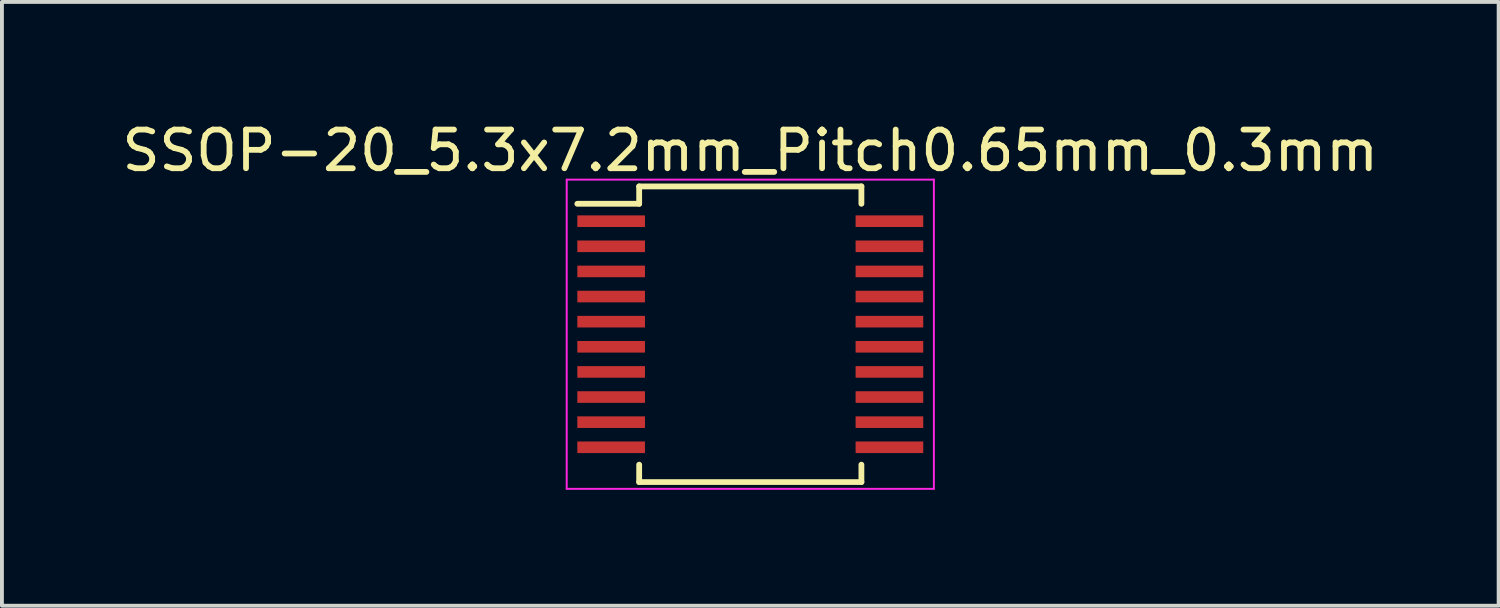
<source format=kicad_pcb>
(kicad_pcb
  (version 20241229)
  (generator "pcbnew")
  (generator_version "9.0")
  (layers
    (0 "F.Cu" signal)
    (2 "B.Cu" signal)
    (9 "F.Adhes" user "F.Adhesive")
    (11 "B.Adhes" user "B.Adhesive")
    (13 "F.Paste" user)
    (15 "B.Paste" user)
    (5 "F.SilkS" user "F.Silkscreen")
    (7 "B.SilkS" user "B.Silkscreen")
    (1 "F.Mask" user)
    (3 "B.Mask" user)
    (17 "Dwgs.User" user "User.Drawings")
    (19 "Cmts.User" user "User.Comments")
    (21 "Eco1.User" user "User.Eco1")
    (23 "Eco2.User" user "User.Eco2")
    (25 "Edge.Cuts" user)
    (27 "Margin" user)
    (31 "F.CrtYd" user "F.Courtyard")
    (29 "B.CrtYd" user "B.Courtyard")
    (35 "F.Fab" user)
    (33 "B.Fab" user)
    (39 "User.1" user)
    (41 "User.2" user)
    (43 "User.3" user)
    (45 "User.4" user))
  (footprint "SSOP-20_5.3x7.2mm_Pitch0.65mm_0.3mm"
    (layer "F.Cu")
    (at 16.363 5.598)
    (property "Reference" "SSOP-20_5.3x7.2mm_Pitch0.65mm_0.3mm" (at 0 -4.75 0) (layer "F.SilkS") (effects (font (size 1 1) (thickness 0.15))))
    (attr smd)
    (fp_line (start -2.875 -3.825) (end -2.875 -3.375) (stroke (width 0.15) (type solid)) (layer "F.SilkS"))
    (fp_line (start -2.875 -3.825) (end 2.875 -3.825) (stroke (width 0.15) (type solid)) (layer "F.SilkS"))
    (fp_line (start -2.875 -3.375) (end -4.475 -3.375) (stroke (width 0.15) (type solid)) (layer "F.SilkS"))
    (fp_line (start -2.875 3.825) (end -2.875 3.375) (stroke (width 0.15) (type solid)) (layer "F.SilkS"))
    (fp_line (start -2.875 3.825) (end 2.875 3.825) (stroke (width 0.15) (type solid)) (layer "F.SilkS"))
    (fp_line (start 2.875 -3.825) (end 2.875 -3.375) (stroke (width 0.15) (type solid)) (layer "F.SilkS"))
    (fp_line (start 2.875 3.825) (end 2.875 3.375) (stroke (width 0.15) (type solid)) (layer "F.SilkS"))
    (fp_line (start -4.75 -4) (end -4.75 4) (stroke (width 0.05) (type solid)) (layer "F.CrtYd"))
    (fp_line (start -4.75 -4) (end 4.75 -4) (stroke (width 0.05) (type solid)) (layer "F.CrtYd"))
    (fp_line (start -4.75 4) (end 4.75 4) (stroke (width 0.05) (type solid)) (layer "F.CrtYd"))
    (fp_line (start 4.75 -4) (end 4.75 4) (stroke (width 0.05) (type solid)) (layer "F.CrtYd"))
    (pad "1" smd rect (at -3.6 -2.925) (size 1.75 0.3) (layers "F.Cu" "F.Mask" "F.Paste"))
    (pad "2" smd rect (at -3.6 -2.275) (size 1.75 0.3) (layers "F.Cu" "F.Mask" "F.Paste"))
    (pad "3" smd rect (at -3.6 -1.625) (size 1.75 0.3) (layers "F.Cu" "F.Mask" "F.Paste"))
    (pad "4" smd rect (at -3.6 -0.975) (size 1.75 0.3) (layers "F.Cu" "F.Mask" "F.Paste"))
    (pad "5" smd rect (at -3.6 -0.325) (size 1.75 0.3) (layers "F.Cu" "F.Mask" "F.Paste"))
    (pad "6" smd rect (at -3.6 0.325) (size 1.75 0.3) (layers "F.Cu" "F.Mask" "F.Paste"))
    (pad "7" smd rect (at -3.6 0.975) (size 1.75 0.3) (layers "F.Cu" "F.Mask" "F.Paste"))
    (pad "8" smd rect (at -3.6 1.625) (size 1.75 0.3) (layers "F.Cu" "F.Mask" "F.Paste"))
    (pad "9" smd rect (at -3.6 2.275) (size 1.75 0.3) (layers "F.Cu" "F.Mask" "F.Paste"))
    (pad "10" smd rect (at -3.6 2.925) (size 1.75 0.3) (layers "F.Cu" "F.Mask" "F.Paste"))
    (pad "11" smd rect (at 3.6 2.925) (size 1.75 0.3) (layers "F.Cu" "F.Mask" "F.Paste"))
    (pad "12" smd rect (at 3.6 2.275) (size 1.75 0.3) (layers "F.Cu" "F.Mask" "F.Paste"))
    (pad "13" smd rect (at 3.6 1.625) (size 1.75 0.3) (layers "F.Cu" "F.Mask" "F.Paste"))
    (pad "14" smd rect (at 3.6 0.975) (size 1.75 0.3) (layers "F.Cu" "F.Mask" "F.Paste"))
    (pad "15" smd rect (at 3.6 0.325) (size 1.75 0.3) (layers "F.Cu" "F.Mask" "F.Paste"))
    (pad "16" smd rect (at 3.6 -0.325) (size 1.75 0.3) (layers "F.Cu" "F.Mask" "F.Paste"))
    (pad "17" smd rect (at 3.6 -0.975) (size 1.75 0.3) (layers "F.Cu" "F.Mask" "F.Paste"))
    (pad "18" smd rect (at 3.6 -1.625) (size 1.75 0.3) (layers "F.Cu" "F.Mask" "F.Paste"))
    (pad "19" smd rect (at 3.6 -2.275) (size 1.75 0.3) (layers "F.Cu" "F.Mask" "F.Paste"))
    (pad "20" smd rect (at 3.6 -2.925) (size 1.75 0.3) (layers "F.Cu" "F.Mask" "F.Paste")))
  (gr_rect
    (start -3 -3)
    (end 35.726 12.623)
    (stroke (width 0.1) (type default))
    (fill no)
    (layer "Edge.Cuts")))
</source>
